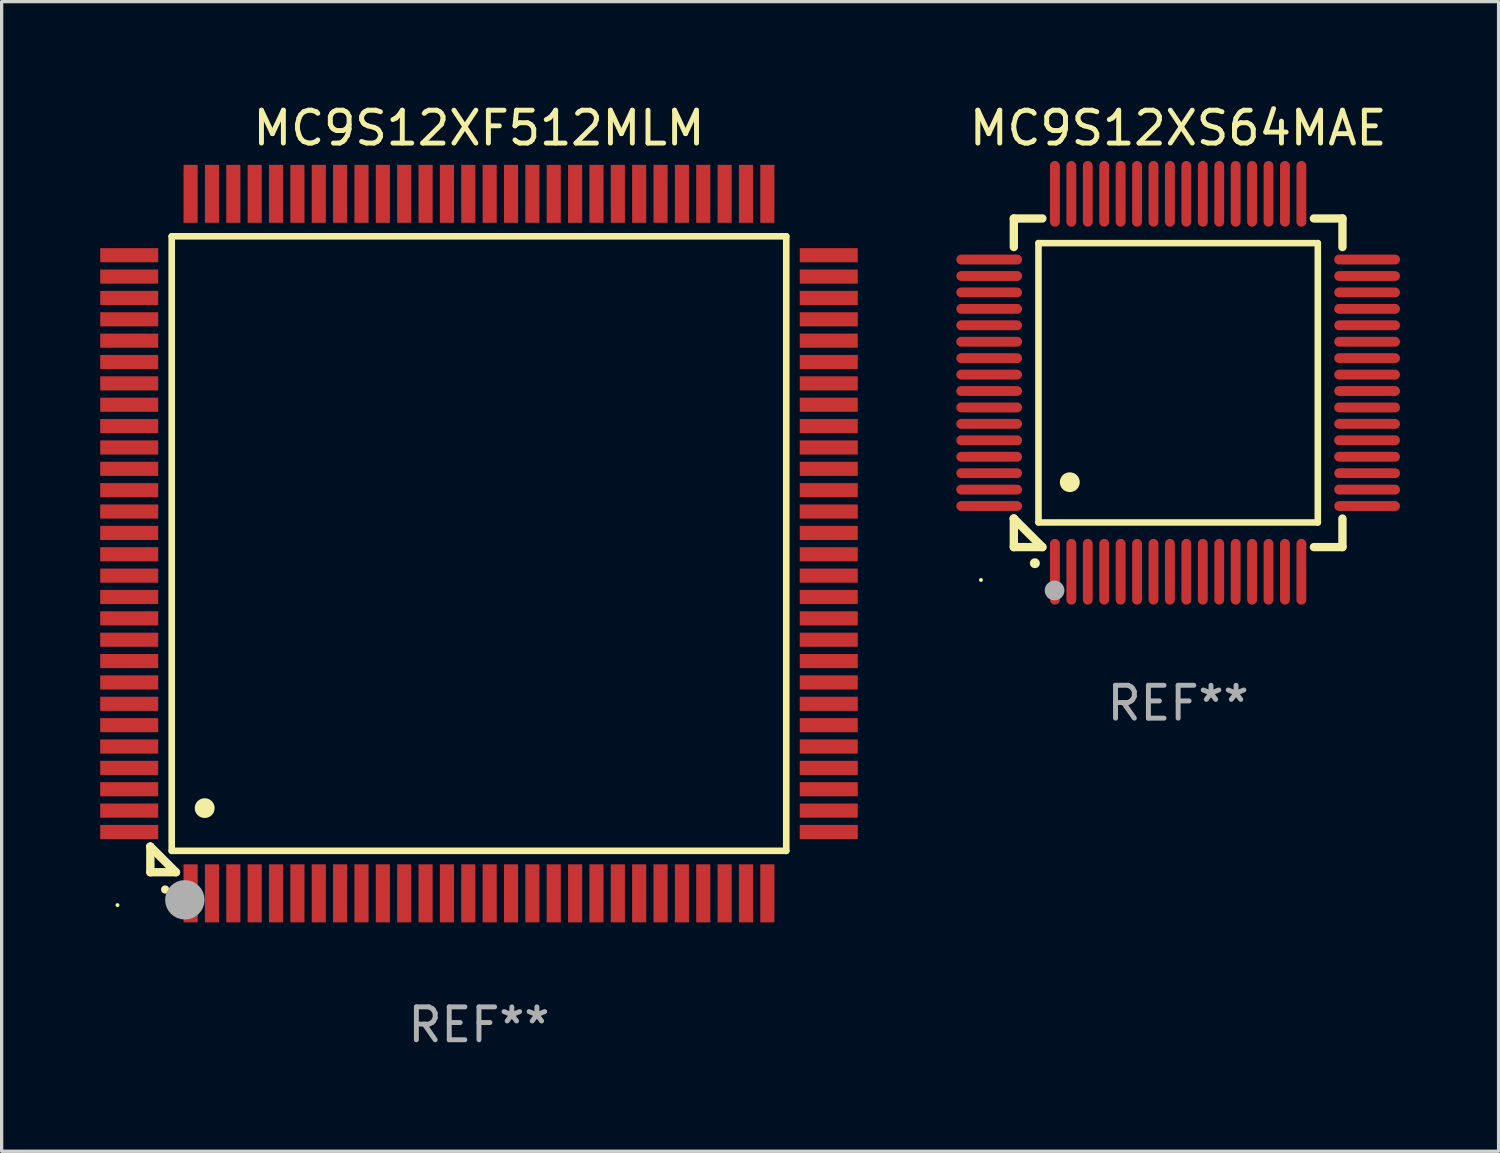
<source format=kicad_pcb>
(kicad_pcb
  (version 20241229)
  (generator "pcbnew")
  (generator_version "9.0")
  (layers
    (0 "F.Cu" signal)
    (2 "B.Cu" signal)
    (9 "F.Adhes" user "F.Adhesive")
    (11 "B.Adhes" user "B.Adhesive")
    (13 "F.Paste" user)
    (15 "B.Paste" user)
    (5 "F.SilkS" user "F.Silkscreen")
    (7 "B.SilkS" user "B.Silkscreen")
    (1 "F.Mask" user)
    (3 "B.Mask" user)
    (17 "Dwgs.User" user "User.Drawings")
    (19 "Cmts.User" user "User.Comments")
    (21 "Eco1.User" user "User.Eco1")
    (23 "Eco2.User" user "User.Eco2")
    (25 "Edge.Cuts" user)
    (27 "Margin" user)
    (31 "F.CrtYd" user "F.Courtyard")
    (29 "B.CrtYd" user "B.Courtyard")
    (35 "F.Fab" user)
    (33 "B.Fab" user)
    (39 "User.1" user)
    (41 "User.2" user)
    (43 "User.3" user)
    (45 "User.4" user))
  (footprint "MC9S12XS64MAE"
    (layer "F.Cu")
    (at 32.8 8.598)
    (property "Reference" "MC9S12XS64MAE" (at 0 -7.75 0) (layer "F.SilkS") (effects (font (size 1 1) (thickness 0.15))))
    (attr through_hole)
    (fp_line (start -5 -5) (end -4.131 -5) (stroke (width 0.254) (type solid)) (layer "F.SilkS"))
    (fp_line (start -5 -4.131) (end -5 -5) (stroke (width 0.254) (type solid)) (layer "F.SilkS"))
    (fp_line (start -5 4.131) (end -5 4.131) (stroke (width 0.254) (type solid)) (layer "F.SilkS"))
    (fp_line (start -5 5) (end -5 4.131) (stroke (width 0.254) (type solid)) (layer "F.SilkS"))
    (fp_line (start -5 4.131) (end -4.131 5) (stroke (width 0.254) (type solid)) (layer "F.SilkS"))
    (fp_line (start -4.25 -4.25) (end -4.25 4.25) (stroke (width 0.2) (type solid)) (layer "F.SilkS"))
    (fp_line (start -4.25 4.25) (end 4.25 4.25) (stroke (width 0.2) (type solid)) (layer "F.SilkS"))
    (fp_line (start -4.131 5) (end -5 5) (stroke (width 0.254) (type solid)) (layer "F.SilkS"))
    (fp_line (start 4.25 -4.25) (end -4.25 -4.25) (stroke (width 0.2) (type solid)) (layer "F.SilkS"))
    (fp_line (start 4.25 4.25) (end 4.25 -4.25) (stroke (width 0.2) (type solid)) (layer "F.SilkS"))
    (fp_line (start 5 -5) (end 4.131 -5) (stroke (width 0.254) (type solid)) (layer "F.SilkS"))
    (fp_line (start 5 -5) (end 5 -4.131) (stroke (width 0.254) (type solid)) (layer "F.SilkS"))
    (fp_line (start 5 4.131) (end 5 5) (stroke (width 0.254) (type solid)) (layer "F.SilkS"))
    (fp_line (start 5 5) (end 4.131 5) (stroke (width 0.254) (type solid)) (layer "F.SilkS"))
    (fp_arc (start -4.361265 5.489992) (mid -4.359995 5.489987) (end -4.358725 5.489992) (stroke (width 0.3) (type solid)) (layer "F.SilkS"))
    (fp_arc (start -3.299467 3.025146) (mid -3.296927 3.025135) (end -3.294387 3.025146) (stroke (width 0.6) (type solid)) (layer "F.SilkS"))
    (fp_circle (center -6 6) (end -5.97 6) (stroke (width 0.06) (type solid)) (fill no) (layer "F.SilkS"))
    (fp_circle (center -3.76 6.32) (end -3.61 6.32) (stroke (width 0.3) (type solid)) (fill no) (layer "F.Fab"))
    (fp_text user "REF**" (at 0 9.75 0) (layer "F.Fab") (effects (font (size 1 1) (thickness 0.15))))
    (pad "1" smd oval (at -3.75 5.75) (size 0.3 2) (layers "F.Cu" "F.Mask" "F.Paste"))
    (pad "2" smd oval (at -3.25 5.75) (size 0.3 2) (layers "F.Cu" "F.Mask" "F.Paste"))
    (pad "3" smd oval (at -2.75 5.75) (size 0.3 2) (layers "F.Cu" "F.Mask" "F.Paste"))
    (pad "4" smd oval (at -2.25 5.75) (size 0.3 2) (layers "F.Cu" "F.Mask" "F.Paste"))
    (pad "5" smd oval (at -1.75 5.75) (size 0.3 2) (layers "F.Cu" "F.Mask" "F.Paste"))
    (pad "6" smd oval (at -1.25 5.75) (size 0.3 2) (layers "F.Cu" "F.Mask" "F.Paste"))
    (pad "7" smd oval (at -0.75 5.75) (size 0.3 2) (layers "F.Cu" "F.Mask" "F.Paste"))
    (pad "8" smd oval (at -0.25 5.75) (size 0.3 2) (layers "F.Cu" "F.Mask" "F.Paste"))
    (pad "9" smd oval (at 0.25 5.75) (size 0.3 2) (layers "F.Cu" "F.Mask" "F.Paste"))
    (pad "10" smd oval (at 0.75 5.75) (size 0.3 2) (layers "F.Cu" "F.Mask" "F.Paste"))
    (pad "11" smd oval (at 1.25 5.75) (size 0.3 2) (layers "F.Cu" "F.Mask" "F.Paste"))
    (pad "12" smd oval (at 1.75 5.75) (size 0.3 2) (layers "F.Cu" "F.Mask" "F.Paste"))
    (pad "13" smd oval (at 2.25 5.75) (size 0.3 2) (layers "F.Cu" "F.Mask" "F.Paste"))
    (pad "14" smd oval (at 2.75 5.75) (size 0.3 2) (layers "F.Cu" "F.Mask" "F.Paste"))
    (pad "15" smd oval (at 3.25 5.75) (size 0.3 2) (layers "F.Cu" "F.Mask" "F.Paste"))
    (pad "16" smd oval (at 3.75 5.75) (size 0.3 2) (layers "F.Cu" "F.Mask" "F.Paste"))
    (pad "17" smd oval (at 5.75 3.75) (size 2 0.3) (layers "F.Cu" "F.Mask" "F.Paste"))
    (pad "18" smd oval (at 5.75 3.25) (size 2 0.3) (layers "F.Cu" "F.Mask" "F.Paste"))
    (pad "19" smd oval (at 5.75 2.75) (size 2 0.3) (layers "F.Cu" "F.Mask" "F.Paste"))
    (pad "20" smd oval (at 5.75 2.25) (size 2 0.3) (layers "F.Cu" "F.Mask" "F.Paste"))
    (pad "21" smd oval (at 5.75 1.75) (size 2 0.3) (layers "F.Cu" "F.Mask" "F.Paste"))
    (pad "22" smd oval (at 5.75 1.25) (size 2 0.3) (layers "F.Cu" "F.Mask" "F.Paste"))
    (pad "23" smd oval (at 5.75 0.75) (size 2 0.3) (layers "F.Cu" "F.Mask" "F.Paste"))
    (pad "24" smd oval (at 5.75 0.25) (size 2 0.3) (layers "F.Cu" "F.Mask" "F.Paste"))
    (pad "25" smd oval (at 5.75 -0.25) (size 2 0.3) (layers "F.Cu" "F.Mask" "F.Paste"))
    (pad "26" smd oval (at 5.75 -0.75) (size 2 0.3) (layers "F.Cu" "F.Mask" "F.Paste"))
    (pad "27" smd oval (at 5.75 -1.25) (size 2 0.3) (layers "F.Cu" "F.Mask" "F.Paste"))
    (pad "28" smd oval (at 5.75 -1.75) (size 2 0.3) (layers "F.Cu" "F.Mask" "F.Paste"))
    (pad "29" smd oval (at 5.75 -2.25) (size 2 0.3) (layers "F.Cu" "F.Mask" "F.Paste"))
    (pad "30" smd oval (at 5.75 -2.75) (size 2 0.3) (layers "F.Cu" "F.Mask" "F.Paste"))
    (pad "31" smd oval (at 5.75 -3.25) (size 2 0.3) (layers "F.Cu" "F.Mask" "F.Paste"))
    (pad "32" smd oval (at 5.75 -3.75) (size 2 0.3) (layers "F.Cu" "F.Mask" "F.Paste"))
    (pad "33" smd oval (at 3.75 -5.75) (size 0.3 2) (layers "F.Cu" "F.Mask" "F.Paste"))
    (pad "34" smd oval (at 3.25 -5.75) (size 0.3 2) (layers "F.Cu" "F.Mask" "F.Paste"))
    (pad "35" smd oval (at 2.75 -5.75) (size 0.3 2) (layers "F.Cu" "F.Mask" "F.Paste"))
    (pad "36" smd oval (at 2.25 -5.75) (size 0.3 2) (layers "F.Cu" "F.Mask" "F.Paste"))
    (pad "37" smd oval (at 1.75 -5.75) (size 0.3 2) (layers "F.Cu" "F.Mask" "F.Paste"))
    (pad "38" smd oval (at 1.25 -5.75) (size 0.3 2) (layers "F.Cu" "F.Mask" "F.Paste"))
    (pad "39" smd oval (at 0.75 -5.75) (size 0.3 2) (layers "F.Cu" "F.Mask" "F.Paste"))
    (pad "40" smd oval (at 0.25 -5.75) (size 0.3 2) (layers "F.Cu" "F.Mask" "F.Paste"))
    (pad "41" smd oval (at -0.25 -5.75) (size 0.3 2) (layers "F.Cu" "F.Mask" "F.Paste"))
    (pad "42" smd oval (at -0.75 -5.75) (size 0.3 2) (layers "F.Cu" "F.Mask" "F.Paste"))
    (pad "43" smd oval (at -1.25 -5.75) (size 0.3 2) (layers "F.Cu" "F.Mask" "F.Paste"))
    (pad "44" smd oval (at -1.75 -5.75) (size 0.3 2) (layers "F.Cu" "F.Mask" "F.Paste"))
    (pad "45" smd oval (at -2.25 -5.75) (size 0.3 2) (layers "F.Cu" "F.Mask" "F.Paste"))
    (pad "46" smd oval (at -2.75 -5.75) (size 0.3 2) (layers "F.Cu" "F.Mask" "F.Paste"))
    (pad "47" smd oval (at -3.25 -5.75) (size 0.3 2) (layers "F.Cu" "F.Mask" "F.Paste"))
    (pad "48" smd oval (at -3.75 -5.75) (size 0.3 2) (layers "F.Cu" "F.Mask" "F.Paste"))
    (pad "49" smd oval (at -5.75 -3.75) (size 2 0.3) (layers "F.Cu" "F.Mask" "F.Paste"))
    (pad "50" smd oval (at -5.75 -3.25) (size 2 0.3) (layers "F.Cu" "F.Mask" "F.Paste"))
    (pad "51" smd oval (at -5.75 -2.75) (size 2 0.3) (layers "F.Cu" "F.Mask" "F.Paste"))
    (pad "52" smd oval (at -5.75 -2.25) (size 2 0.3) (layers "F.Cu" "F.Mask" "F.Paste"))
    (pad "53" smd oval (at -5.75 -1.75) (size 2 0.3) (layers "F.Cu" "F.Mask" "F.Paste"))
    (pad "54" smd oval (at -5.75 -1.25) (size 2 0.3) (layers "F.Cu" "F.Mask" "F.Paste"))
    (pad "55" smd oval (at -5.75 -0.75) (size 2 0.3) (layers "F.Cu" "F.Mask" "F.Paste"))
    (pad "56" smd oval (at -5.75 -0.25) (size 2 0.3) (layers "F.Cu" "F.Mask" "F.Paste"))
    (pad "57" smd oval (at -5.75 0.25) (size 2 0.3) (layers "F.Cu" "F.Mask" "F.Paste"))
    (pad "58" smd oval (at -5.75 0.75) (size 2 0.3) (layers "F.Cu" "F.Mask" "F.Paste"))
    (pad "59" smd oval (at -5.75 1.25) (size 2 0.3) (layers "F.Cu" "F.Mask" "F.Paste"))
    (pad "60" smd oval (at -5.75 1.75) (size 2 0.3) (layers "F.Cu" "F.Mask" "F.Paste"))
    (pad "61" smd oval (at -5.75 2.25) (size 2 0.3) (layers "F.Cu" "F.Mask" "F.Paste"))
    (pad "62" smd oval (at -5.75 2.75) (size 2 0.3) (layers "F.Cu" "F.Mask" "F.Paste"))
    (pad "63" smd oval (at -5.75 3.25) (size 2 0.3) (layers "F.Cu" "F.Mask" "F.Paste"))
    (pad "64" smd oval (at -5.75 3.75) (size 2 0.3) (layers "F.Cu" "F.Mask" "F.Paste")))
  (footprint "MC9S12XF512MLM"
    (layer "F.Cu")
    (at 11.525 13.491)
    (property "Reference" "MC9S12XF512MLM" (at 0 -12.643 0) (layer "F.SilkS") (effects (font (size 1 1) (thickness 0.15))))
    (attr through_hole)
    (fp_line (start -10 9.221) (end -10 9.221) (stroke (width 0.254) (type solid)) (layer "F.SilkS"))
    (fp_line (start -10 9.221) (end -10 10) (stroke (width 0.254) (type solid)) (layer "F.SilkS"))
    (fp_line (start -10 9.221) (end -9.221 10) (stroke (width 0.254) (type solid)) (layer "F.SilkS"))
    (fp_line (start -10 10) (end -9.221 10) (stroke (width 0.254) (type solid)) (layer "F.SilkS"))
    (fp_line (start -9.35 -9.35) (end -9.35 9.35) (stroke (width 0.201) (type solid)) (layer "F.SilkS"))
    (fp_line (start -9.35 9.35) (end 9.35 9.35) (stroke (width 0.201) (type solid)) (layer "F.SilkS"))
    (fp_line (start 9.35 -9.35) (end -9.35 -9.35) (stroke (width 0.201) (type solid)) (layer "F.SilkS"))
    (fp_line (start 9.35 9.35) (end 9.35 -9.35) (stroke (width 0.201) (type solid)) (layer "F.SilkS"))
    (fp_arc (start -9.550546 10.525832) (mid -9.549276 10.525826) (end -9.548006 10.525832) (stroke (width 0.24892) (type solid)) (layer "F.SilkS"))
    (fp_arc (start -8.349124 8.049327) (mid -8.346584 8.049316) (end -8.344044 8.049327) (stroke (width 0.599441) (type solid)) (layer "F.SilkS"))
    (fp_circle (center -11 11) (end -10.97 11) (stroke (width 0.06) (type solid)) (fill no) (layer "F.SilkS"))
    (fp_circle (center -8.95 10.84) (end -8.65 10.84) (stroke (width 0.6) (type solid)) (fill no) (layer "F.Fab"))
    (fp_text user "REF**" (at 0 14.643 0) (layer "F.Fab") (effects (font (size 1 1) (thickness 0.15))))
    (pad "1" smd rect (at -8.775 10.643) (size 0.43 1.765) (layers "F.Cu" "F.Mask" "F.Paste"))
    (pad "2" smd rect (at -8.125 10.643) (size 0.43 1.765) (layers "F.Cu" "F.Mask" "F.Paste"))
    (pad "3" smd rect (at -7.475 10.643) (size 0.43 1.765) (layers "F.Cu" "F.Mask" "F.Paste"))
    (pad "4" smd rect (at -6.825 10.643) (size 0.43 1.765) (layers "F.Cu" "F.Mask" "F.Paste"))
    (pad "5" smd rect (at -6.175 10.643) (size 0.43 1.765) (layers "F.Cu" "F.Mask" "F.Paste"))
    (pad "6" smd rect (at -5.525 10.643) (size 0.43 1.765) (layers "F.Cu" "F.Mask" "F.Paste"))
    (pad "7" smd rect (at -4.875 10.643) (size 0.43 1.765) (layers "F.Cu" "F.Mask" "F.Paste"))
    (pad "8" smd rect (at -4.225 10.643) (size 0.43 1.765) (layers "F.Cu" "F.Mask" "F.Paste"))
    (pad "9" smd rect (at -3.575 10.643) (size 0.43 1.765) (layers "F.Cu" "F.Mask" "F.Paste"))
    (pad "10" smd rect (at -2.925 10.643) (size 0.43 1.765) (layers "F.Cu" "F.Mask" "F.Paste"))
    (pad "11" smd rect (at -2.275 10.643) (size 0.43 1.765) (layers "F.Cu" "F.Mask" "F.Paste"))
    (pad "12" smd rect (at -1.625 10.643) (size 0.43 1.765) (layers "F.Cu" "F.Mask" "F.Paste"))
    (pad "13" smd rect (at -0.975 10.643) (size 0.43 1.765) (layers "F.Cu" "F.Mask" "F.Paste"))
    (pad "14" smd rect (at -0.325 10.643) (size 0.43 1.765) (layers "F.Cu" "F.Mask" "F.Paste"))
    (pad "15" smd rect (at 0.325 10.643) (size 0.43 1.765) (layers "F.Cu" "F.Mask" "F.Paste"))
    (pad "16" smd rect (at 0.975 10.643) (size 0.43 1.765) (layers "F.Cu" "F.Mask" "F.Paste"))
    (pad "17" smd rect (at 1.625 10.643) (size 0.43 1.765) (layers "F.Cu" "F.Mask" "F.Paste"))
    (pad "18" smd rect (at 2.275 10.643) (size 0.43 1.765) (layers "F.Cu" "F.Mask" "F.Paste"))
    (pad "19" smd rect (at 2.925 10.643) (size 0.43 1.765) (layers "F.Cu" "F.Mask" "F.Paste"))
    (pad "20" smd rect (at 3.575 10.643) (size 0.43 1.765) (layers "F.Cu" "F.Mask" "F.Paste"))
    (pad "21" smd rect (at 4.225 10.643) (size 0.43 1.765) (layers "F.Cu" "F.Mask" "F.Paste"))
    (pad "22" smd rect (at 4.875 10.643) (size 0.43 1.765) (layers "F.Cu" "F.Mask" "F.Paste"))
    (pad "23" smd rect (at 5.525 10.643) (size 0.43 1.765) (layers "F.Cu" "F.Mask" "F.Paste"))
    (pad "24" smd rect (at 6.175 10.643) (size 0.43 1.765) (layers "F.Cu" "F.Mask" "F.Paste"))
    (pad "25" smd rect (at 6.825 10.643) (size 0.43 1.765) (layers "F.Cu" "F.Mask" "F.Paste"))
    (pad "26" smd rect (at 7.475 10.643) (size 0.43 1.765) (layers "F.Cu" "F.Mask" "F.Paste"))
    (pad "27" smd rect (at 8.125 10.643) (size 0.43 1.765) (layers "F.Cu" "F.Mask" "F.Paste"))
    (pad "28" smd rect (at 8.775 10.643) (size 0.43 1.765) (layers "F.Cu" "F.Mask" "F.Paste"))
    (pad "29" smd rect (at 10.643 8.775) (size 1.765 0.43) (layers "F.Cu" "F.Mask" "F.Paste"))
    (pad "30" smd rect (at 10.643 8.125) (size 1.765 0.43) (layers "F.Cu" "F.Mask" "F.Paste"))
    (pad "31" smd rect (at 10.643 7.475) (size 1.765 0.43) (layers "F.Cu" "F.Mask" "F.Paste"))
    (pad "32" smd rect (at 10.643 6.825) (size 1.765 0.43) (layers "F.Cu" "F.Mask" "F.Paste"))
    (pad "33" smd rect (at 10.643 6.175) (size 1.765 0.43) (layers "F.Cu" "F.Mask" "F.Paste"))
    (pad "34" smd rect (at 10.643 5.525) (size 1.765 0.43) (layers "F.Cu" "F.Mask" "F.Paste"))
    (pad "35" smd rect (at 10.643 4.875) (size 1.765 0.43) (layers "F.Cu" "F.Mask" "F.Paste"))
    (pad "36" smd rect (at 10.643 4.225) (size 1.765 0.43) (layers "F.Cu" "F.Mask" "F.Paste"))
    (pad "37" smd rect (at 10.643 3.575) (size 1.765 0.43) (layers "F.Cu" "F.Mask" "F.Paste"))
    (pad "38" smd rect (at 10.643 2.925) (size 1.765 0.43) (layers "F.Cu" "F.Mask" "F.Paste"))
    (pad "39" smd rect (at 10.643 2.275) (size 1.765 0.43) (layers "F.Cu" "F.Mask" "F.Paste"))
    (pad "40" smd rect (at 10.643 1.625) (size 1.765 0.43) (layers "F.Cu" "F.Mask" "F.Paste"))
    (pad "41" smd rect (at 10.643 0.975) (size 1.765 0.43) (layers "F.Cu" "F.Mask" "F.Paste"))
    (pad "42" smd rect (at 10.643 0.325) (size 1.765 0.43) (layers "F.Cu" "F.Mask" "F.Paste"))
    (pad "43" smd rect (at 10.643 -0.325) (size 1.765 0.43) (layers "F.Cu" "F.Mask" "F.Paste"))
    (pad "44" smd rect (at 10.643 -0.975) (size 1.765 0.43) (layers "F.Cu" "F.Mask" "F.Paste"))
    (pad "45" smd rect (at 10.643 -1.625) (size 1.765 0.43) (layers "F.Cu" "F.Mask" "F.Paste"))
    (pad "46" smd rect (at 10.643 -2.275) (size 1.765 0.43) (layers "F.Cu" "F.Mask" "F.Paste"))
    (pad "47" smd rect (at 10.643 -2.925) (size 1.765 0.43) (layers "F.Cu" "F.Mask" "F.Paste"))
    (pad "48" smd rect (at 10.643 -3.575) (size 1.765 0.43) (layers "F.Cu" "F.Mask" "F.Paste"))
    (pad "49" smd rect (at 10.643 -4.225) (size 1.765 0.43) (layers "F.Cu" "F.Mask" "F.Paste"))
    (pad "50" smd rect (at 10.643 -4.875) (size 1.765 0.43) (layers "F.Cu" "F.Mask" "F.Paste"))
    (pad "51" smd rect (at 10.643 -5.525) (size 1.765 0.43) (layers "F.Cu" "F.Mask" "F.Paste"))
    (pad "52" smd rect (at 10.643 -6.175) (size 1.765 0.43) (layers "F.Cu" "F.Mask" "F.Paste"))
    (pad "53" smd rect (at 10.643 -6.825) (size 1.765 0.43) (layers "F.Cu" "F.Mask" "F.Paste"))
    (pad "54" smd rect (at 10.643 -7.475) (size 1.765 0.43) (layers "F.Cu" "F.Mask" "F.Paste"))
    (pad "55" smd rect (at 10.643 -8.125) (size 1.765 0.43) (layers "F.Cu" "F.Mask" "F.Paste"))
    (pad "56" smd rect (at 10.643 -8.775) (size 1.765 0.43) (layers "F.Cu" "F.Mask" "F.Paste"))
    (pad "57" smd rect (at 8.775 -10.643) (size 0.43 1.765) (layers "F.Cu" "F.Mask" "F.Paste"))
    (pad "58" smd rect (at 8.125 -10.643) (size 0.43 1.765) (layers "F.Cu" "F.Mask" "F.Paste"))
    (pad "59" smd rect (at 7.475 -10.643) (size 0.43 1.765) (layers "F.Cu" "F.Mask" "F.Paste"))
    (pad "60" smd rect (at 6.825 -10.643) (size 0.43 1.765) (layers "F.Cu" "F.Mask" "F.Paste"))
    (pad "61" smd rect (at 6.175 -10.643) (size 0.43 1.765) (layers "F.Cu" "F.Mask" "F.Paste"))
    (pad "62" smd rect (at 5.525 -10.643) (size 0.43 1.765) (layers "F.Cu" "F.Mask" "F.Paste"))
    (pad "63" smd rect (at 4.875 -10.643) (size 0.43 1.765) (layers "F.Cu" "F.Mask" "F.Paste"))
    (pad "64" smd rect (at 4.225 -10.643) (size 0.43 1.765) (layers "F.Cu" "F.Mask" "F.Paste"))
    (pad "65" smd rect (at 3.575 -10.643) (size 0.43 1.765) (layers "F.Cu" "F.Mask" "F.Paste"))
    (pad "66" smd rect (at 2.925 -10.643) (size 0.43 1.765) (layers "F.Cu" "F.Mask" "F.Paste"))
    (pad "67" smd rect (at 2.275 -10.643) (size 0.43 1.765) (layers "F.Cu" "F.Mask" "F.Paste"))
    (pad "68" smd rect (at 1.625 -10.643) (size 0.43 1.765) (layers "F.Cu" "F.Mask" "F.Paste"))
    (pad "69" smd rect (at 0.975 -10.643) (size 0.43 1.765) (layers "F.Cu" "F.Mask" "F.Paste"))
    (pad "70" smd rect (at 0.325 -10.643) (size 0.43 1.765) (layers "F.Cu" "F.Mask" "F.Paste"))
    (pad "71" smd rect (at -0.325 -10.643) (size 0.43 1.765) (layers "F.Cu" "F.Mask" "F.Paste"))
    (pad "72" smd rect (at -0.975 -10.643) (size 0.43 1.765) (layers "F.Cu" "F.Mask" "F.Paste"))
    (pad "73" smd rect (at -1.625 -10.643) (size 0.43 1.765) (layers "F.Cu" "F.Mask" "F.Paste"))
    (pad "74" smd rect (at -2.275 -10.643) (size 0.43 1.765) (layers "F.Cu" "F.Mask" "F.Paste"))
    (pad "75" smd rect (at -2.925 -10.643) (size 0.43 1.765) (layers "F.Cu" "F.Mask" "F.Paste"))
    (pad "76" smd rect (at -3.575 -10.643) (size 0.43 1.765) (layers "F.Cu" "F.Mask" "F.Paste"))
    (pad "77" smd rect (at -4.225 -10.643) (size 0.43 1.765) (layers "F.Cu" "F.Mask" "F.Paste"))
    (pad "78" smd rect (at -4.875 -10.643) (size 0.43 1.765) (layers "F.Cu" "F.Mask" "F.Paste"))
    (pad "79" smd rect (at -5.525 -10.643) (size 0.43 1.765) (layers "F.Cu" "F.Mask" "F.Paste"))
    (pad "80" smd rect (at -6.175 -10.643) (size 0.43 1.765) (layers "F.Cu" "F.Mask" "F.Paste"))
    (pad "81" smd rect (at -6.825 -10.643) (size 0.43 1.765) (layers "F.Cu" "F.Mask" "F.Paste"))
    (pad "82" smd rect (at -7.475 -10.643) (size 0.43 1.765) (layers "F.Cu" "F.Mask" "F.Paste"))
    (pad "83" smd rect (at -8.125 -10.643) (size 0.43 1.765) (layers "F.Cu" "F.Mask" "F.Paste"))
    (pad "84" smd rect (at -8.775 -10.643) (size 0.43 1.765) (layers "F.Cu" "F.Mask" "F.Paste"))
    (pad "85" smd rect (at -10.643 -8.775) (size 1.765 0.43) (layers "F.Cu" "F.Mask" "F.Paste"))
    (pad "86" smd rect (at -10.643 -8.125) (size 1.765 0.43) (layers "F.Cu" "F.Mask" "F.Paste"))
    (pad "87" smd rect (at -10.643 -7.475) (size 1.765 0.43) (layers "F.Cu" "F.Mask" "F.Paste"))
    (pad "88" smd rect (at -10.643 -6.825) (size 1.765 0.43) (layers "F.Cu" "F.Mask" "F.Paste"))
    (pad "89" smd rect (at -10.643 -6.175) (size 1.765 0.43) (layers "F.Cu" "F.Mask" "F.Paste"))
    (pad "90" smd rect (at -10.643 -5.525) (size 1.765 0.43) (layers "F.Cu" "F.Mask" "F.Paste"))
    (pad "91" smd rect (at -10.643 -4.875) (size 1.765 0.43) (layers "F.Cu" "F.Mask" "F.Paste"))
    (pad "92" smd rect (at -10.643 -4.225) (size 1.765 0.43) (layers "F.Cu" "F.Mask" "F.Paste"))
    (pad "93" smd rect (at -10.643 -3.575) (size 1.765 0.43) (layers "F.Cu" "F.Mask" "F.Paste"))
    (pad "94" smd rect (at -10.643 -2.925) (size 1.765 0.43) (layers "F.Cu" "F.Mask" "F.Paste"))
    (pad "95" smd rect (at -10.643 -2.275) (size 1.765 0.43) (layers "F.Cu" "F.Mask" "F.Paste"))
    (pad "96" smd rect (at -10.643 -1.625) (size 1.765 0.43) (layers "F.Cu" "F.Mask" "F.Paste"))
    (pad "97" smd rect (at -10.643 -0.975) (size 1.765 0.43) (layers "F.Cu" "F.Mask" "F.Paste"))
    (pad "98" smd rect (at -10.643 -0.325) (size 1.765 0.43) (layers "F.Cu" "F.Mask" "F.Paste"))
    (pad "99" smd rect (at -10.643 0.325) (size 1.765 0.43) (layers "F.Cu" "F.Mask" "F.Paste"))
    (pad "100" smd rect (at -10.643 0.975) (size 1.765 0.43) (layers "F.Cu" "F.Mask" "F.Paste"))
    (pad "101" smd rect (at -10.643 1.625) (size 1.765 0.43) (layers "F.Cu" "F.Mask" "F.Paste"))
    (pad "102" smd rect (at -10.643 2.275) (size 1.765 0.43) (layers "F.Cu" "F.Mask" "F.Paste"))
    (pad "103" smd rect (at -10.643 2.925) (size 1.765 0.43) (layers "F.Cu" "F.Mask" "F.Paste"))
    (pad "104" smd rect (at -10.643 3.575) (size 1.765 0.43) (layers "F.Cu" "F.Mask" "F.Paste"))
    (pad "105" smd rect (at -10.643 4.225) (size 1.765 0.43) (layers "F.Cu" "F.Mask" "F.Paste"))
    (pad "106" smd rect (at -10.643 4.875) (size 1.765 0.43) (layers "F.Cu" "F.Mask" "F.Paste"))
    (pad "107" smd rect (at -10.643 5.525) (size 1.765 0.43) (layers "F.Cu" "F.Mask" "F.Paste"))
    (pad "108" smd rect (at -10.643 6.175) (size 1.765 0.43) (layers "F.Cu" "F.Mask" "F.Paste"))
    (pad "109" smd rect (at -10.643 6.825) (size 1.765 0.43) (layers "F.Cu" "F.Mask" "F.Paste"))
    (pad "110" smd rect (at -10.643 7.475) (size 1.765 0.43) (layers "F.Cu" "F.Mask" "F.Paste"))
    (pad "111" smd rect (at -10.643 8.125) (size 1.765 0.43) (layers "F.Cu" "F.Mask" "F.Paste"))
    (pad "112" smd rect (at -10.643 8.775) (size 1.765 0.43) (layers "F.Cu" "F.Mask" "F.Paste")))
  (gr_rect
    (start -3 -3)
    (end 42.55 31.982)
    (stroke (width 0.1) (type default))
    (fill no)
    (layer "Edge.Cuts")))
</source>
